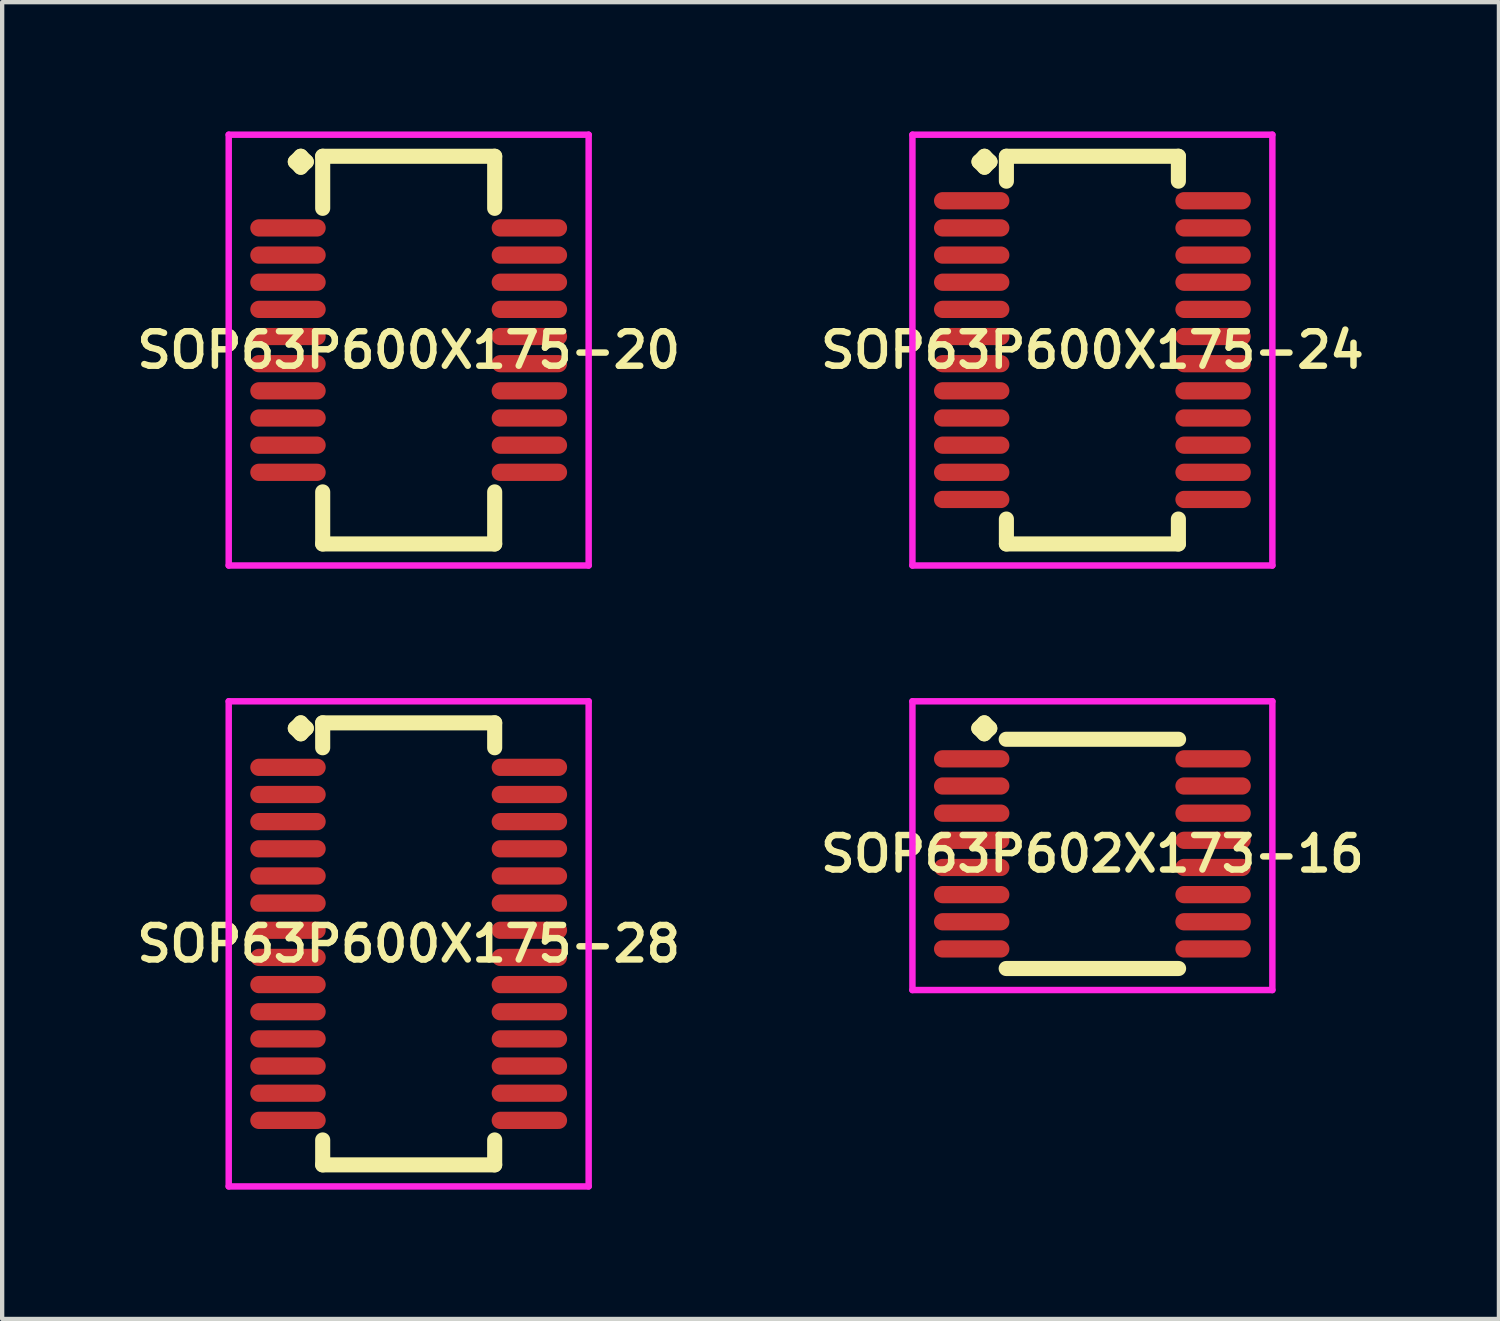
<source format=kicad_pcb>
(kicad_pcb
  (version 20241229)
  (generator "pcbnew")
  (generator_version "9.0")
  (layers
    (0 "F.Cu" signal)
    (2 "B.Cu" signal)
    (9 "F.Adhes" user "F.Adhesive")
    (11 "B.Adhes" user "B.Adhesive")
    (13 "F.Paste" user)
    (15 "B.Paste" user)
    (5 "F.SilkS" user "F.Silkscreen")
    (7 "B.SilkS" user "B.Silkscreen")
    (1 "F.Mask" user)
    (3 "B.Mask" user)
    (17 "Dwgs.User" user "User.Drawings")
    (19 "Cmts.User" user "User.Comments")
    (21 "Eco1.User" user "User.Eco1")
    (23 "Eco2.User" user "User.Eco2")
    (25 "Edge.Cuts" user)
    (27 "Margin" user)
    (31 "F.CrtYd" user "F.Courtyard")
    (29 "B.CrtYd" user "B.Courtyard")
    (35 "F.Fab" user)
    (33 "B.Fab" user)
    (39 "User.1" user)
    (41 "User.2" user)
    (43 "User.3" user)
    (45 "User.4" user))
  (footprint "SOP63P600X175-28"
    (layer "F.Cu")
    (at 6.431 18.846)
    (property "Reference" "SOP63P600X175-28" (at 0 0 0) (layer "F.SilkS") (effects (font (size 0.8 0.8) (thickness 0.15))))
    (attr smd)
    (fp_line (start -2.63 -5) (end -2.503 -5.127) (stroke (width 0.35) (type solid)) (layer "F.SilkS"))
    (fp_line (start -2.503 -5.127) (end -2.376 -5) (stroke (width 0.35) (type solid)) (layer "F.SilkS"))
    (fp_line (start -2.503 -4.873) (end -2.63 -5) (stroke (width 0.35) (type solid)) (layer "F.SilkS"))
    (fp_line (start -2.376 -5) (end -2.503 -4.873) (stroke (width 0.35) (type solid)) (layer "F.SilkS"))
    (fp_line (start -1.995 -5.127) (end 1.995 -5.127) (stroke (width 0.35) (type solid)) (layer "F.SilkS"))
    (fp_line (start -1.995 -4.549) (end -1.995 -5.127) (stroke (width 0.35) (type solid)) (layer "F.SilkS"))
    (fp_line (start -1.995 4.549) (end -1.995 5.127) (stroke (width 0.35) (type solid)) (layer "F.SilkS"))
    (fp_line (start -1.995 5.127) (end 1.995 5.127) (stroke (width 0.35) (type solid)) (layer "F.SilkS"))
    (fp_line (start 1.995 -5.127) (end 1.995 -4.549) (stroke (width 0.35) (type solid)) (layer "F.SilkS"))
    (fp_line (start 1.995 5.127) (end 1.995 4.549) (stroke (width 0.35) (type solid)) (layer "F.SilkS"))
    (fp_line (start -4.175 -5.627) (end 4.175 -5.627) (stroke (width 0.15) (type solid)) (layer "F.CrtYd"))
    (fp_line (start -4.175 5.627) (end -4.175 -5.627) (stroke (width 0.15) (type solid)) (layer "F.CrtYd"))
    (fp_line (start 4.175 -5.627) (end 4.175 5.627) (stroke (width 0.15) (type solid)) (layer "F.CrtYd"))
    (fp_line (start 4.175 5.627) (end -4.175 5.627) (stroke (width 0.15) (type solid)) (layer "F.CrtYd"))
    (pad "1" smd oval (at -2.8 -4.095) (size 1.75 0.4) (layers "F.Cu" "F.Mask" "F.Paste"))
    (pad "2" smd oval (at -2.8 -3.465) (size 1.75 0.4) (layers "F.Cu" "F.Mask" "F.Paste"))
    (pad "3" smd oval (at -2.8 -2.835) (size 1.75 0.4) (layers "F.Cu" "F.Mask" "F.Paste"))
    (pad "4" smd oval (at -2.8 -2.205) (size 1.75 0.4) (layers "F.Cu" "F.Mask" "F.Paste"))
    (pad "5" smd oval (at -2.8 -1.575) (size 1.75 0.4) (layers "F.Cu" "F.Mask" "F.Paste"))
    (pad "6" smd oval (at -2.8 -0.945) (size 1.75 0.4) (layers "F.Cu" "F.Mask" "F.Paste"))
    (pad "7" smd oval (at -2.8 -0.315) (size 1.75 0.4) (layers "F.Cu" "F.Mask" "F.Paste"))
    (pad "8" smd oval (at -2.8 0.315) (size 1.75 0.4) (layers "F.Cu" "F.Mask" "F.Paste"))
    (pad "9" smd oval (at -2.8 0.945) (size 1.75 0.4) (layers "F.Cu" "F.Mask" "F.Paste"))
    (pad "10" smd oval (at -2.8 1.575) (size 1.75 0.4) (layers "F.Cu" "F.Mask" "F.Paste"))
    (pad "11" smd oval (at -2.8 2.205) (size 1.75 0.4) (layers "F.Cu" "F.Mask" "F.Paste"))
    (pad "12" smd oval (at -2.8 2.835) (size 1.75 0.4) (layers "F.Cu" "F.Mask" "F.Paste"))
    (pad "13" smd oval (at -2.8 3.465) (size 1.75 0.4) (layers "F.Cu" "F.Mask" "F.Paste"))
    (pad "14" smd oval (at -2.8 4.095) (size 1.75 0.4) (layers "F.Cu" "F.Mask" "F.Paste"))
    (pad "15" smd oval (at 2.8 4.095) (size 1.75 0.4) (layers "F.Cu" "F.Mask" "F.Paste"))
    (pad "16" smd oval (at 2.8 3.465) (size 1.75 0.4) (layers "F.Cu" "F.Mask" "F.Paste"))
    (pad "17" smd oval (at 2.8 2.835) (size 1.75 0.4) (layers "F.Cu" "F.Mask" "F.Paste"))
    (pad "18" smd oval (at 2.8 2.205) (size 1.75 0.4) (layers "F.Cu" "F.Mask" "F.Paste"))
    (pad "19" smd oval (at 2.8 1.575) (size 1.75 0.4) (layers "F.Cu" "F.Mask" "F.Paste"))
    (pad "20" smd oval (at 2.8 0.945) (size 1.75 0.4) (layers "F.Cu" "F.Mask" "F.Paste"))
    (pad "21" smd oval (at 2.8 0.315) (size 1.75 0.4) (layers "F.Cu" "F.Mask" "F.Paste"))
    (pad "22" smd oval (at 2.8 -0.315) (size 1.75 0.4) (layers "F.Cu" "F.Mask" "F.Paste"))
    (pad "23" smd oval (at 2.8 -0.945) (size 1.75 0.4) (layers "F.Cu" "F.Mask" "F.Paste"))
    (pad "24" smd oval (at 2.8 -1.575) (size 1.75 0.4) (layers "F.Cu" "F.Mask" "F.Paste"))
    (pad "25" smd oval (at 2.8 -2.205) (size 1.75 0.4) (layers "F.Cu" "F.Mask" "F.Paste"))
    (pad "26" smd oval (at 2.8 -2.835) (size 1.75 0.4) (layers "F.Cu" "F.Mask" "F.Paste"))
    (pad "27" smd oval (at 2.8 -3.465) (size 1.75 0.4) (layers "F.Cu" "F.Mask" "F.Paste"))
    (pad "28" smd oval (at 2.8 -4.095) (size 1.75 0.4) (layers "F.Cu" "F.Mask" "F.Paste")))
  (footprint "SOP63P602X173-16"
    (layer "F.Cu")
    (at 22.292 16.759)
    (property "Reference" "SOP63P602X173-16" (at 0 0 0) (layer "F.SilkS") (effects (font (size 0.8 0.8) (thickness 0.15))))
    (attr smd)
    (fp_line (start -2.635 -2.913) (end -2.508 -3.04) (stroke (width 0.35) (type solid)) (layer "F.SilkS"))
    (fp_line (start -2.508 -3.04) (end -2.381 -2.913) (stroke (width 0.35) (type solid)) (layer "F.SilkS"))
    (fp_line (start -2.508 -2.786) (end -2.635 -2.913) (stroke (width 0.35) (type solid)) (layer "F.SilkS"))
    (fp_line (start -2.381 -2.913) (end -2.508 -2.786) (stroke (width 0.35) (type solid)) (layer "F.SilkS"))
    (fp_line (start -2 -2.659) (end 2 -2.659) (stroke (width 0.35) (type solid)) (layer "F.SilkS"))
    (fp_line (start -2 2.659) (end 2 2.659) (stroke (width 0.35) (type solid)) (layer "F.SilkS"))
    (fp_line (start -4.175 -3.54) (end 4.175 -3.54) (stroke (width 0.15) (type solid)) (layer "F.CrtYd"))
    (fp_line (start -4.175 3.159) (end -4.175 -3.54) (stroke (width 0.15) (type solid)) (layer "F.CrtYd"))
    (fp_line (start 4.175 -3.54) (end 4.175 3.159) (stroke (width 0.15) (type solid)) (layer "F.CrtYd"))
    (fp_line (start 4.175 3.159) (end -4.175 3.159) (stroke (width 0.15) (type solid)) (layer "F.CrtYd"))
    (pad "1" smd oval (at -2.8 -2.205) (size 1.75 0.4) (layers "F.Cu" "F.Mask" "F.Paste"))
    (pad "2" smd oval (at -2.8 -1.575) (size 1.75 0.4) (layers "F.Cu" "F.Mask" "F.Paste"))
    (pad "3" smd oval (at -2.8 -0.945) (size 1.75 0.4) (layers "F.Cu" "F.Mask" "F.Paste"))
    (pad "4" smd oval (at -2.8 -0.315) (size 1.75 0.4) (layers "F.Cu" "F.Mask" "F.Paste"))
    (pad "5" smd oval (at -2.8 0.315) (size 1.75 0.4) (layers "F.Cu" "F.Mask" "F.Paste"))
    (pad "6" smd oval (at -2.8 0.945) (size 1.75 0.4) (layers "F.Cu" "F.Mask" "F.Paste"))
    (pad "7" smd oval (at -2.8 1.575) (size 1.75 0.4) (layers "F.Cu" "F.Mask" "F.Paste"))
    (pad "8" smd oval (at -2.8 2.205) (size 1.75 0.4) (layers "F.Cu" "F.Mask" "F.Paste"))
    (pad "9" smd oval (at 2.8 2.205) (size 1.75 0.4) (layers "F.Cu" "F.Mask" "F.Paste"))
    (pad "10" smd oval (at 2.8 1.575) (size 1.75 0.4) (layers "F.Cu" "F.Mask" "F.Paste"))
    (pad "11" smd oval (at 2.8 0.945) (size 1.75 0.4) (layers "F.Cu" "F.Mask" "F.Paste"))
    (pad "12" smd oval (at 2.8 0.315) (size 1.75 0.4) (layers "F.Cu" "F.Mask" "F.Paste"))
    (pad "13" smd oval (at 2.8 -0.315) (size 1.75 0.4) (layers "F.Cu" "F.Mask" "F.Paste"))
    (pad "14" smd oval (at 2.8 -0.945) (size 1.75 0.4) (layers "F.Cu" "F.Mask" "F.Paste"))
    (pad "15" smd oval (at 2.8 -1.575) (size 1.75 0.4) (layers "F.Cu" "F.Mask" "F.Paste"))
    (pad "16" smd oval (at 2.8 -2.205) (size 1.75 0.4) (layers "F.Cu" "F.Mask" "F.Paste")))
  (footprint "SOP63P600X175-20"
    (layer "F.Cu")
    (at 6.431 5.072)
    (property "Reference" "SOP63P600X175-20" (at 0 0 0) (layer "F.SilkS") (effects (font (size 0.8 0.8) (thickness 0.15))))
    (attr through_hole)
    (fp_line (start -2.63 -4.37) (end -2.503 -4.497) (stroke (width 0.35) (type solid)) (layer "F.SilkS"))
    (fp_line (start -2.503 -4.497) (end -2.376 -4.37) (stroke (width 0.35) (type solid)) (layer "F.SilkS"))
    (fp_line (start -2.503 -4.243) (end -2.63 -4.37) (stroke (width 0.35) (type solid)) (layer "F.SilkS"))
    (fp_line (start -2.376 -4.37) (end -2.503 -4.243) (stroke (width 0.35) (type solid)) (layer "F.SilkS"))
    (fp_line (start -1.995 -4.497) (end 1.995 -4.497) (stroke (width 0.35) (type solid)) (layer "F.SilkS"))
    (fp_line (start -1.995 -3.289) (end -1.995 -4.497) (stroke (width 0.35) (type solid)) (layer "F.SilkS"))
    (fp_line (start -1.995 3.289) (end -1.995 4.497) (stroke (width 0.35) (type solid)) (layer "F.SilkS"))
    (fp_line (start -1.995 4.497) (end 1.995 4.497) (stroke (width 0.35) (type solid)) (layer "F.SilkS"))
    (fp_line (start 1.995 -4.497) (end 1.995 -3.289) (stroke (width 0.35) (type solid)) (layer "F.SilkS"))
    (fp_line (start 1.995 4.497) (end 1.995 3.289) (stroke (width 0.35) (type solid)) (layer "F.SilkS"))
    (fp_line (start -4.175 -4.997) (end 4.175 -4.997) (stroke (width 0.15) (type solid)) (layer "F.CrtYd"))
    (fp_line (start -4.175 4.997) (end -4.175 -4.997) (stroke (width 0.15) (type solid)) (layer "F.CrtYd"))
    (fp_line (start 4.175 -4.997) (end 4.175 4.997) (stroke (width 0.15) (type solid)) (layer "F.CrtYd"))
    (fp_line (start 4.175 4.997) (end -4.175 4.997) (stroke (width 0.15) (type solid)) (layer "F.CrtYd"))
    (pad "1" smd oval (at -2.8 -2.835) (size 1.75 0.4) (layers "F.Cu" "F.Mask" "F.Paste"))
    (pad "2" smd oval (at -2.8 -2.205) (size 1.75 0.4) (layers "F.Cu" "F.Mask" "F.Paste"))
    (pad "3" smd oval (at -2.8 -1.575) (size 1.75 0.4) (layers "F.Cu" "F.Mask" "F.Paste"))
    (pad "4" smd oval (at -2.8 -0.945) (size 1.75 0.4) (layers "F.Cu" "F.Mask" "F.Paste"))
    (pad "5" smd oval (at -2.8 -0.315) (size 1.75 0.4) (layers "F.Cu" "F.Mask" "F.Paste"))
    (pad "6" smd oval (at -2.8 0.315) (size 1.75 0.4) (layers "F.Cu" "F.Mask" "F.Paste"))
    (pad "7" smd oval (at -2.8 0.945) (size 1.75 0.4) (layers "F.Cu" "F.Mask" "F.Paste"))
    (pad "8" smd oval (at -2.8 1.575) (size 1.75 0.4) (layers "F.Cu" "F.Mask" "F.Paste"))
    (pad "9" smd oval (at -2.8 2.205) (size 1.75 0.4) (layers "F.Cu" "F.Mask" "F.Paste"))
    (pad "10" smd oval (at -2.8 2.835) (size 1.75 0.4) (layers "F.Cu" "F.Mask" "F.Paste"))
    (pad "11" smd oval (at 2.8 2.835) (size 1.75 0.4) (layers "F.Cu" "F.Mask" "F.Paste"))
    (pad "12" smd oval (at 2.8 2.205) (size 1.75 0.4) (layers "F.Cu" "F.Mask" "F.Paste"))
    (pad "13" smd oval (at 2.8 1.575) (size 1.75 0.4) (layers "F.Cu" "F.Mask" "F.Paste"))
    (pad "14" smd oval (at 2.8 0.945) (size 1.75 0.4) (layers "F.Cu" "F.Mask" "F.Paste"))
    (pad "15" smd oval (at 2.8 0.315) (size 1.75 0.4) (layers "F.Cu" "F.Mask" "F.Paste"))
    (pad "16" smd oval (at 2.8 -0.315) (size 1.75 0.4) (layers "F.Cu" "F.Mask" "F.Paste"))
    (pad "17" smd oval (at 2.8 -0.945) (size 1.75 0.4) (layers "F.Cu" "F.Mask" "F.Paste"))
    (pad "18" smd oval (at 2.8 -1.575) (size 1.75 0.4) (layers "F.Cu" "F.Mask" "F.Paste"))
    (pad "19" smd oval (at 2.8 -2.205) (size 1.75 0.4) (layers "F.Cu" "F.Mask" "F.Paste"))
    (pad "20" smd oval (at 2.8 -2.835) (size 1.75 0.4) (layers "F.Cu" "F.Mask" "F.Paste")))
  (footprint "SOP63P600X175-24"
    (layer "F.Cu")
    (at 22.292 5.072)
    (property "Reference" "SOP63P600X175-24" (at 0 0 0) (layer "F.SilkS") (effects (font (size 0.8 0.8) (thickness 0.15))))
    (attr smd)
    (fp_line (start -2.63 -4.37) (end -2.503 -4.497) (stroke (width 0.35) (type solid)) (layer "F.SilkS"))
    (fp_line (start -2.503 -4.497) (end -2.376 -4.37) (stroke (width 0.35) (type solid)) (layer "F.SilkS"))
    (fp_line (start -2.503 -4.243) (end -2.63 -4.37) (stroke (width 0.35) (type solid)) (layer "F.SilkS"))
    (fp_line (start -2.376 -4.37) (end -2.503 -4.243) (stroke (width 0.35) (type solid)) (layer "F.SilkS"))
    (fp_line (start -1.995 -4.497) (end 1.995 -4.497) (stroke (width 0.35) (type solid)) (layer "F.SilkS"))
    (fp_line (start -1.995 -3.919) (end -1.995 -4.497) (stroke (width 0.35) (type solid)) (layer "F.SilkS"))
    (fp_line (start -1.995 3.919) (end -1.995 4.497) (stroke (width 0.35) (type solid)) (layer "F.SilkS"))
    (fp_line (start -1.995 4.497) (end 1.995 4.497) (stroke (width 0.35) (type solid)) (layer "F.SilkS"))
    (fp_line (start 1.995 -4.497) (end 1.995 -3.919) (stroke (width 0.35) (type solid)) (layer "F.SilkS"))
    (fp_line (start 1.995 4.497) (end 1.995 3.919) (stroke (width 0.35) (type solid)) (layer "F.SilkS"))
    (fp_line (start -4.175 -4.997) (end 4.175 -4.997) (stroke (width 0.15) (type solid)) (layer "F.CrtYd"))
    (fp_line (start -4.175 4.997) (end -4.175 -4.997) (stroke (width 0.15) (type solid)) (layer "F.CrtYd"))
    (fp_line (start 4.175 -4.997) (end 4.175 4.997) (stroke (width 0.15) (type solid)) (layer "F.CrtYd"))
    (fp_line (start 4.175 4.997) (end -4.175 4.997) (stroke (width 0.15) (type solid)) (layer "F.CrtYd"))
    (pad "1" smd oval (at -2.8 -3.465) (size 1.75 0.4) (layers "F.Cu" "F.Mask" "F.Paste"))
    (pad "2" smd oval (at -2.8 -2.835) (size 1.75 0.4) (layers "F.Cu" "F.Mask" "F.Paste"))
    (pad "3" smd oval (at -2.8 -2.205) (size 1.75 0.4) (layers "F.Cu" "F.Mask" "F.Paste"))
    (pad "4" smd oval (at -2.8 -1.575) (size 1.75 0.4) (layers "F.Cu" "F.Mask" "F.Paste"))
    (pad "5" smd oval (at -2.8 -0.945) (size 1.75 0.4) (layers "F.Cu" "F.Mask" "F.Paste"))
    (pad "6" smd oval (at -2.8 -0.315) (size 1.75 0.4) (layers "F.Cu" "F.Mask" "F.Paste"))
    (pad "7" smd oval (at -2.8 0.315) (size 1.75 0.4) (layers "F.Cu" "F.Mask" "F.Paste"))
    (pad "8" smd oval (at -2.8 0.945) (size 1.75 0.4) (layers "F.Cu" "F.Mask" "F.Paste"))
    (pad "9" smd oval (at -2.8 1.575) (size 1.75 0.4) (layers "F.Cu" "F.Mask" "F.Paste"))
    (pad "10" smd oval (at -2.8 2.205) (size 1.75 0.4) (layers "F.Cu" "F.Mask" "F.Paste"))
    (pad "11" smd oval (at -2.8 2.835) (size 1.75 0.4) (layers "F.Cu" "F.Mask" "F.Paste"))
    (pad "12" smd oval (at -2.8 3.465) (size 1.75 0.4) (layers "F.Cu" "F.Mask" "F.Paste"))
    (pad "13" smd oval (at 2.8 3.465) (size 1.75 0.4) (layers "F.Cu" "F.Mask" "F.Paste"))
    (pad "14" smd oval (at 2.8 2.835) (size 1.75 0.4) (layers "F.Cu" "F.Mask" "F.Paste"))
    (pad "15" smd oval (at 2.8 2.205) (size 1.75 0.4) (layers "F.Cu" "F.Mask" "F.Paste"))
    (pad "16" smd oval (at 2.8 1.575) (size 1.75 0.4) (layers "F.Cu" "F.Mask" "F.Paste"))
    (pad "17" smd oval (at 2.8 0.945) (size 1.75 0.4) (layers "F.Cu" "F.Mask" "F.Paste"))
    (pad "18" smd oval (at 2.8 0.315) (size 1.75 0.4) (layers "F.Cu" "F.Mask" "F.Paste"))
    (pad "19" smd oval (at 2.8 -0.315) (size 1.75 0.4) (layers "F.Cu" "F.Mask" "F.Paste"))
    (pad "20" smd oval (at 2.8 -0.945) (size 1.75 0.4) (layers "F.Cu" "F.Mask" "F.Paste"))
    (pad "21" smd oval (at 2.8 -1.575) (size 1.75 0.4) (layers "F.Cu" "F.Mask" "F.Paste"))
    (pad "22" smd oval (at 2.8 -2.205) (size 1.75 0.4) (layers "F.Cu" "F.Mask" "F.Paste"))
    (pad "23" smd oval (at 2.8 -2.835) (size 1.75 0.4) (layers "F.Cu" "F.Mask" "F.Paste"))
    (pad "24" smd oval (at 2.8 -3.465) (size 1.75 0.4) (layers "F.Cu" "F.Mask" "F.Paste")))
  (gr_rect
    (start -3 -3)
    (end 31.723 27.548)
    (stroke (width 0.1) (type default))
    (fill no)
    (layer "Edge.Cuts")))
</source>
